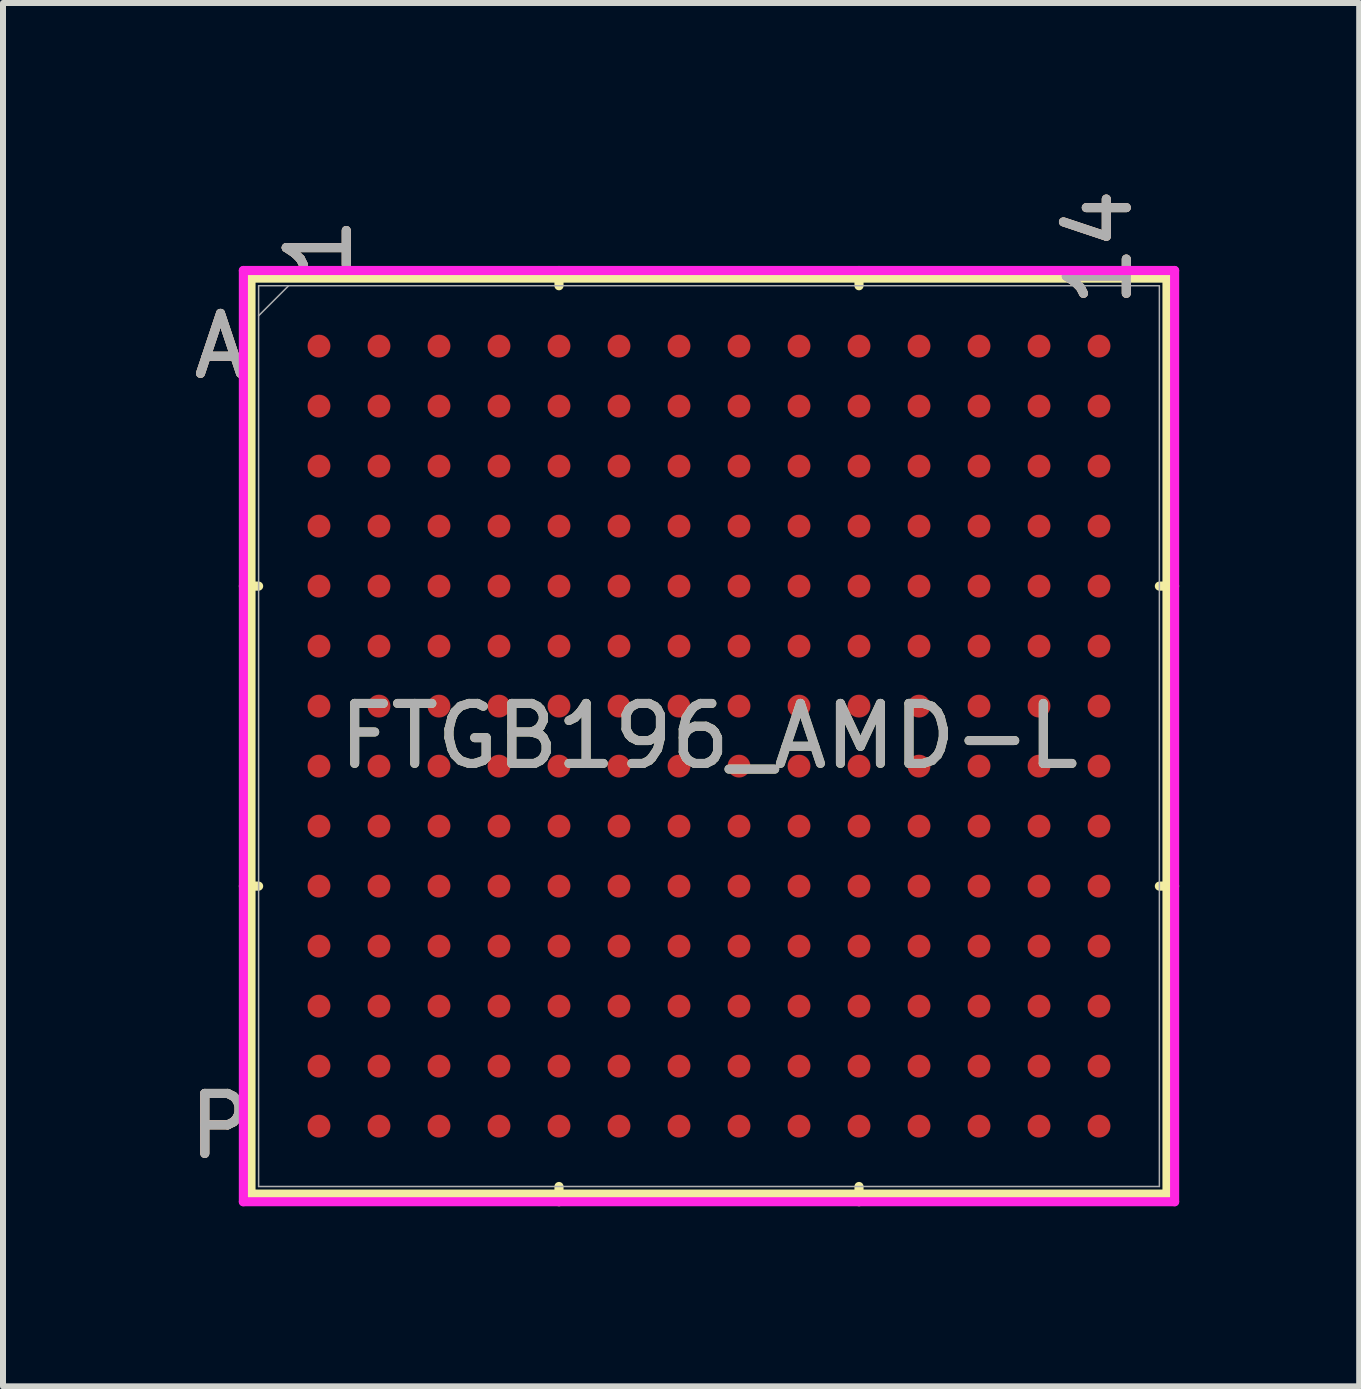
<source format=kicad_pcb>
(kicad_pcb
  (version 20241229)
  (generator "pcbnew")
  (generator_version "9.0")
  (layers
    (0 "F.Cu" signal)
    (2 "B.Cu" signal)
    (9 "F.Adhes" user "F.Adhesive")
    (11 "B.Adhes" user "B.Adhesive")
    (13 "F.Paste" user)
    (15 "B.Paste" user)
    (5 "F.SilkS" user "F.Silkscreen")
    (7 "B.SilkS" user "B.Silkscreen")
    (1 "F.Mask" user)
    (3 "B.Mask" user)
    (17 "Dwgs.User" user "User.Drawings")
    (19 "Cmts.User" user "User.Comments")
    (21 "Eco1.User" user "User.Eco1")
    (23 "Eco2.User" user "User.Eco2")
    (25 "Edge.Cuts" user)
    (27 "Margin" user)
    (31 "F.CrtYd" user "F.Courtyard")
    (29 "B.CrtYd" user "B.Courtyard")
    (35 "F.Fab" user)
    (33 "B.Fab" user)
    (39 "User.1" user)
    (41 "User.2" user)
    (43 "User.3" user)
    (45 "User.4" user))
  (footprint "FTGB196_AMD-L"
    (layer "F.Cu")
    (at 8.766 9.218)
    (property "Reference" "FTGB196_AMD-L" (at 0 0 0) (unlocked yes) (layer "F.SilkS") (effects (font (size 1 1) (thickness 0.15))))
    (attr smd)
    (fp_line (start -7.633 -7.633) (end -7.633 7.633) (stroke (width 0.152) (type solid)) (layer "F.SilkS"))
    (fp_line (start -7.633 7.633) (end 7.633 7.633) (stroke (width 0.152) (type solid)) (layer "F.SilkS"))
    (fp_line (start -7.506 -2.5) (end -7.76 -2.5) (stroke (width 0.152) (type solid)) (layer "F.SilkS"))
    (fp_line (start -7.506 2.5) (end -7.76 2.5) (stroke (width 0.152) (type solid)) (layer "F.SilkS"))
    (fp_line (start -2.5 -7.506) (end -2.5 -7.76) (stroke (width 0.152) (type solid)) (layer "F.SilkS"))
    (fp_line (start -2.5 7.506) (end -2.5 7.76) (stroke (width 0.152) (type solid)) (layer "F.SilkS"))
    (fp_line (start 2.5 -7.506) (end 2.5 -7.76) (stroke (width 0.152) (type solid)) (layer "F.SilkS"))
    (fp_line (start 2.5 7.506) (end 2.5 7.76) (stroke (width 0.152) (type solid)) (layer "F.SilkS"))
    (fp_line (start 7.506 -2.5) (end 7.76 -2.5) (stroke (width 0.152) (type solid)) (layer "F.SilkS"))
    (fp_line (start 7.506 2.5) (end 7.76 2.5) (stroke (width 0.152) (type solid)) (layer "F.SilkS"))
    (fp_line (start 7.633 -7.633) (end -7.633 -7.633) (stroke (width 0.152) (type solid)) (layer "F.SilkS"))
    (fp_line (start 7.633 7.633) (end 7.633 -7.633) (stroke (width 0.152) (type solid)) (layer "F.SilkS"))
    (fp_poly (pts (xy -7.508 -7.508) (xy 7.508 -7.508) (xy 7.508 7.508) (xy -7.508 7.508)) (stroke (width 0.1) (type solid)) (fill no) (layer "Eco2.User"))
    (fp_line (start -7.76 -7.76) (end 7.76 -7.76) (stroke (width 0.152) (type solid)) (layer "F.CrtYd"))
    (fp_line (start -7.76 7.76) (end -7.76 -7.76) (stroke (width 0.152) (type solid)) (layer "F.CrtYd"))
    (fp_line (start 7.76 -7.76) (end 7.76 7.76) (stroke (width 0.152) (type solid)) (layer "F.CrtYd"))
    (fp_line (start 7.76 7.76) (end -7.76 7.76) (stroke (width 0.152) (type solid)) (layer "F.CrtYd"))
    (fp_line (start -7.506 -7.506) (end -7.506 7.506) (stroke (width 0.025) (type solid)) (layer "F.Fab"))
    (fp_line (start -7.506 7.506) (end 7.506 7.506) (stroke (width 0.025) (type solid)) (layer "F.Fab"))
    (fp_line (start -7.006 -7.506) (end -7.506 -7.006) (stroke (width 0.025) (type solid)) (layer "F.Fab"))
    (fp_line (start 7.506 -7.506) (end -7.506 -7.506) (stroke (width 0.025) (type solid)) (layer "F.Fab"))
    (fp_line (start 7.506 7.506) (end 7.506 -7.506) (stroke (width 0.025) (type solid)) (layer "F.Fab"))
    (fp_text user "A" (at -8.141 -6.5 0) (unlocked yes) (layer "F.SilkS") (effects (font (size 1 1) (thickness 0.15))))
    (fp_text user "14" (at 6.5 -8.141 90) (unlocked yes) (layer "F.SilkS") (effects (font (size 1 1) (thickness 0.15))))
    (fp_text user "1" (at -6.5 -8.141 90) (unlocked yes) (layer "F.SilkS") (effects (font (size 1 1) (thickness 0.15))))
    (fp_text user "P" (at -8.141 6.5 0) (unlocked yes) (layer "F.SilkS") (effects (font (size 1 1) (thickness 0.15))))
    (fp_text user "14" (at 6.5 -8.141 90) (unlocked yes) (layer "B.SilkS") (effects (font (size 1 1) (thickness 0.15))))
    (fp_text user "A" (at -8.141 -6.5 0) (unlocked yes) (layer "B.SilkS") (effects (font (size 1 1) (thickness 0.15))))
    (fp_text user "1" (at -6.5 -8.141 90) (unlocked yes) (layer "B.SilkS") (effects (font (size 1 1) (thickness 0.15))))
    (fp_text user "P" (at -8.141 6.5 0) (unlocked yes) (layer "B.SilkS") (effects (font (size 1 1) (thickness 0.15))))
    (fp_text user "14" (at 6.5 -8.141 90) (unlocked yes) (layer "F.Fab") (effects (font (size 1 1) (thickness 0.15))))
    (fp_text user "1" (at -6.5 -8.141 90) (unlocked yes) (layer "F.Fab") (effects (font (size 1 1) (thickness 0.15))))
    (fp_text user "A" (at -8.141 -6.5 0) (unlocked yes) (layer "F.Fab") (effects (font (size 1 1) (thickness 0.15))))
    (fp_text user "${REFERENCE}" (at 0 0 0) (unlocked yes) (layer "F.Fab") (effects (font (size 1 1) (thickness 0.15))))
    (fp_text user "P" (at -8.141 6.5 0) (unlocked yes) (layer "F.Fab") (effects (font (size 1 1) (thickness 0.15))))
    (pad "A1" smd circle (at -6.5 -6.5) (size 0.381 0.381) (layers "F.Cu" "F.Mask" "F.Paste"))
    (pad "A2" smd circle (at -5.5 -6.5) (size 0.381 0.381) (layers "F.Cu" "F.Mask" "F.Paste"))
    (pad "A3" smd circle (at -4.5 -6.5) (size 0.381 0.381) (layers "F.Cu" "F.Mask" "F.Paste"))
    (pad "A4" smd circle (at -3.5 -6.5) (size 0.381 0.381) (layers "F.Cu" "F.Mask" "F.Paste"))
    (pad "A5" smd circle (at -2.5 -6.5) (size 0.381 0.381) (layers "F.Cu" "F.Mask" "F.Paste"))
    (pad "A6" smd circle (at -1.5 -6.5) (size 0.381 0.381) (layers "F.Cu" "F.Mask" "F.Paste"))
    (pad "A7" smd circle (at -0.5 -6.5) (size 0.381 0.381) (layers "F.Cu" "F.Mask" "F.Paste"))
    (pad "A8" smd circle (at 0.5 -6.5) (size 0.381 0.381) (layers "F.Cu" "F.Mask" "F.Paste"))
    (pad "A9" smd circle (at 1.5 -6.5) (size 0.381 0.381) (layers "F.Cu" "F.Mask" "F.Paste"))
    (pad "A10" smd circle (at 2.5 -6.5) (size 0.381 0.381) (layers "F.Cu" "F.Mask" "F.Paste"))
    (pad "A11" smd circle (at 3.5 -6.5) (size 0.381 0.381) (layers "F.Cu" "F.Mask" "F.Paste"))
    (pad "A12" smd circle (at 4.5 -6.5) (size 0.381 0.381) (layers "F.Cu" "F.Mask" "F.Paste"))
    (pad "A13" smd circle (at 5.5 -6.5) (size 0.381 0.381) (layers "F.Cu" "F.Mask" "F.Paste"))
    (pad "A14" smd circle (at 6.5 -6.5) (size 0.381 0.381) (layers "F.Cu" "F.Mask" "F.Paste"))
    (pad "B1" smd circle (at -6.5 -5.5) (size 0.381 0.381) (layers "F.Cu" "F.Mask" "F.Paste"))
    (pad "B2" smd circle (at -5.5 -5.5) (size 0.381 0.381) (layers "F.Cu" "F.Mask" "F.Paste"))
    (pad "B3" smd circle (at -4.5 -5.5) (size 0.381 0.381) (layers "F.Cu" "F.Mask" "F.Paste"))
    (pad "B4" smd circle (at -3.5 -5.5) (size 0.381 0.381) (layers "F.Cu" "F.Mask" "F.Paste"))
    (pad "B5" smd circle (at -2.5 -5.5) (size 0.381 0.381) (layers "F.Cu" "F.Mask" "F.Paste"))
    (pad "B6" smd circle (at -1.5 -5.5) (size 0.381 0.381) (layers "F.Cu" "F.Mask" "F.Paste"))
    (pad "B7" smd circle (at -0.5 -5.5) (size 0.381 0.381) (layers "F.Cu" "F.Mask" "F.Paste"))
    (pad "B8" smd circle (at 0.5 -5.5) (size 0.381 0.381) (layers "F.Cu" "F.Mask" "F.Paste"))
    (pad "B9" smd circle (at 1.5 -5.5) (size 0.381 0.381) (layers "F.Cu" "F.Mask" "F.Paste"))
    (pad "B10" smd circle (at 2.5 -5.5) (size 0.381 0.381) (layers "F.Cu" "F.Mask" "F.Paste"))
    (pad "B11" smd circle (at 3.5 -5.5) (size 0.381 0.381) (layers "F.Cu" "F.Mask" "F.Paste"))
    (pad "B12" smd circle (at 4.5 -5.5) (size 0.381 0.381) (layers "F.Cu" "F.Mask" "F.Paste"))
    (pad "B13" smd circle (at 5.5 -5.5) (size 0.381 0.381) (layers "F.Cu" "F.Mask" "F.Paste"))
    (pad "B14" smd circle (at 6.5 -5.5) (size 0.381 0.381) (layers "F.Cu" "F.Mask" "F.Paste"))
    (pad "C1" smd circle (at -6.5 -4.5) (size 0.381 0.381) (layers "F.Cu" "F.Mask" "F.Paste"))
    (pad "C2" smd circle (at -5.5 -4.5) (size 0.381 0.381) (layers "F.Cu" "F.Mask" "F.Paste"))
    (pad "C3" smd circle (at -4.5 -4.5) (size 0.381 0.381) (layers "F.Cu" "F.Mask" "F.Paste"))
    (pad "C4" smd circle (at -3.5 -4.5) (size 0.381 0.381) (layers "F.Cu" "F.Mask" "F.Paste"))
    (pad "C5" smd circle (at -2.5 -4.5) (size 0.381 0.381) (layers "F.Cu" "F.Mask" "F.Paste"))
    (pad "C6" smd circle (at -1.5 -4.5) (size 0.381 0.381) (layers "F.Cu" "F.Mask" "F.Paste"))
    (pad "C7" smd circle (at -0.5 -4.5) (size 0.381 0.381) (layers "F.Cu" "F.Mask" "F.Paste"))
    (pad "C8" smd circle (at 0.5 -4.5) (size 0.381 0.381) (layers "F.Cu" "F.Mask" "F.Paste"))
    (pad "C9" smd circle (at 1.5 -4.5) (size 0.381 0.381) (layers "F.Cu" "F.Mask" "F.Paste"))
    (pad "C10" smd circle (at 2.5 -4.5) (size 0.381 0.381) (layers "F.Cu" "F.Mask" "F.Paste"))
    (pad "C11" smd circle (at 3.5 -4.5) (size 0.381 0.381) (layers "F.Cu" "F.Mask" "F.Paste"))
    (pad "C12" smd circle (at 4.5 -4.5) (size 0.381 0.381) (layers "F.Cu" "F.Mask" "F.Paste"))
    (pad "C13" smd circle (at 5.5 -4.5) (size 0.381 0.381) (layers "F.Cu" "F.Mask" "F.Paste"))
    (pad "C14" smd circle (at 6.5 -4.5) (size 0.381 0.381) (layers "F.Cu" "F.Mask" "F.Paste"))
    (pad "D1" smd circle (at -6.5 -3.5) (size 0.381 0.381) (layers "F.Cu" "F.Mask" "F.Paste"))
    (pad "D2" smd circle (at -5.5 -3.5) (size 0.381 0.381) (layers "F.Cu" "F.Mask" "F.Paste"))
    (pad "D3" smd circle (at -4.5 -3.5) (size 0.381 0.381) (layers "F.Cu" "F.Mask" "F.Paste"))
    (pad "D4" smd circle (at -3.5 -3.5) (size 0.381 0.381) (layers "F.Cu" "F.Mask" "F.Paste"))
    (pad "D5" smd circle (at -2.5 -3.5) (size 0.381 0.381) (layers "F.Cu" "F.Mask" "F.Paste"))
    (pad "D6" smd circle (at -1.5 -3.5) (size 0.381 0.381) (layers "F.Cu" "F.Mask" "F.Paste"))
    (pad "D7" smd circle (at -0.5 -3.5) (size 0.381 0.381) (layers "F.Cu" "F.Mask" "F.Paste"))
    (pad "D8" smd circle (at 0.5 -3.5) (size 0.381 0.381) (layers "F.Cu" "F.Mask" "F.Paste"))
    (pad "D9" smd circle (at 1.5 -3.5) (size 0.381 0.381) (layers "F.Cu" "F.Mask" "F.Paste"))
    (pad "D10" smd circle (at 2.5 -3.5) (size 0.381 0.381) (layers "F.Cu" "F.Mask" "F.Paste"))
    (pad "D11" smd circle (at 3.5 -3.5) (size 0.381 0.381) (layers "F.Cu" "F.Mask" "F.Paste"))
    (pad "D12" smd circle (at 4.5 -3.5) (size 0.381 0.381) (layers "F.Cu" "F.Mask" "F.Paste"))
    (pad "D13" smd circle (at 5.5 -3.5) (size 0.381 0.381) (layers "F.Cu" "F.Mask" "F.Paste"))
    (pad "D14" smd circle (at 6.5 -3.5) (size 0.381 0.381) (layers "F.Cu" "F.Mask" "F.Paste"))
    (pad "E1" smd circle (at -6.5 -2.5) (size 0.381 0.381) (layers "F.Cu" "F.Mask" "F.Paste"))
    (pad "E2" smd circle (at -5.5 -2.5) (size 0.381 0.381) (layers "F.Cu" "F.Mask" "F.Paste"))
    (pad "E3" smd circle (at -4.5 -2.5) (size 0.381 0.381) (layers "F.Cu" "F.Mask" "F.Paste"))
    (pad "E4" smd circle (at -3.5 -2.5) (size 0.381 0.381) (layers "F.Cu" "F.Mask" "F.Paste"))
    (pad "E5" smd circle (at -2.5 -2.5) (size 0.381 0.381) (layers "F.Cu" "F.Mask" "F.Paste"))
    (pad "E6" smd circle (at -1.5 -2.5) (size 0.381 0.381) (layers "F.Cu" "F.Mask" "F.Paste"))
    (pad "E7" smd circle (at -0.5 -2.5) (size 0.381 0.381) (layers "F.Cu" "F.Mask" "F.Paste"))
    (pad "E8" smd circle (at 0.5 -2.5) (size 0.381 0.381) (layers "F.Cu" "F.Mask" "F.Paste"))
    (pad "E9" smd circle (at 1.5 -2.5) (size 0.381 0.381) (layers "F.Cu" "F.Mask" "F.Paste"))
    (pad "E10" smd circle (at 2.5 -2.5) (size 0.381 0.381) (layers "F.Cu" "F.Mask" "F.Paste"))
    (pad "E11" smd circle (at 3.5 -2.5) (size 0.381 0.381) (layers "F.Cu" "F.Mask" "F.Paste"))
    (pad "E12" smd circle (at 4.5 -2.5) (size 0.381 0.381) (layers "F.Cu" "F.Mask" "F.Paste"))
    (pad "E13" smd circle (at 5.5 -2.5) (size 0.381 0.381) (layers "F.Cu" "F.Mask" "F.Paste"))
    (pad "E14" smd circle (at 6.5 -2.5) (size 0.381 0.381) (layers "F.Cu" "F.Mask" "F.Paste"))
    (pad "F1" smd circle (at -6.5 -1.5) (size 0.381 0.381) (layers "F.Cu" "F.Mask" "F.Paste"))
    (pad "F2" smd circle (at -5.5 -1.5) (size 0.381 0.381) (layers "F.Cu" "F.Mask" "F.Paste"))
    (pad "F3" smd circle (at -4.5 -1.5) (size 0.381 0.381) (layers "F.Cu" "F.Mask" "F.Paste"))
    (pad "F4" smd circle (at -3.5 -1.5) (size 0.381 0.381) (layers "F.Cu" "F.Mask" "F.Paste"))
    (pad "F5" smd circle (at -2.5 -1.5) (size 0.381 0.381) (layers "F.Cu" "F.Mask" "F.Paste"))
    (pad "F6" smd circle (at -1.5 -1.5) (size 0.381 0.381) (layers "F.Cu" "F.Mask" "F.Paste"))
    (pad "F7" smd circle (at -0.5 -1.5) (size 0.381 0.381) (layers "F.Cu" "F.Mask" "F.Paste"))
    (pad "F8" smd circle (at 0.5 -1.5) (size 0.381 0.381) (layers "F.Cu" "F.Mask" "F.Paste"))
    (pad "F9" smd circle (at 1.5 -1.5) (size 0.381 0.381) (layers "F.Cu" "F.Mask" "F.Paste"))
    (pad "F10" smd circle (at 2.5 -1.5) (size 0.381 0.381) (layers "F.Cu" "F.Mask" "F.Paste"))
    (pad "F11" smd circle (at 3.5 -1.5) (size 0.381 0.381) (layers "F.Cu" "F.Mask" "F.Paste"))
    (pad "F12" smd circle (at 4.5 -1.5) (size 0.381 0.381) (layers "F.Cu" "F.Mask" "F.Paste"))
    (pad "F13" smd circle (at 5.5 -1.5) (size 0.381 0.381) (layers "F.Cu" "F.Mask" "F.Paste"))
    (pad "F14" smd circle (at 6.5 -1.5) (size 0.381 0.381) (layers "F.Cu" "F.Mask" "F.Paste"))
    (pad "G1" smd circle (at -6.5 -0.5) (size 0.381 0.381) (layers "F.Cu" "F.Mask" "F.Paste"))
    (pad "G2" smd circle (at -5.5 -0.5) (size 0.381 0.381) (layers "F.Cu" "F.Mask" "F.Paste"))
    (pad "G3" smd circle (at -4.5 -0.5) (size 0.381 0.381) (layers "F.Cu" "F.Mask" "F.Paste"))
    (pad "G4" smd circle (at -3.5 -0.5) (size 0.381 0.381) (layers "F.Cu" "F.Mask" "F.Paste"))
    (pad "G5" smd circle (at -2.5 -0.5) (size 0.381 0.381) (layers "F.Cu" "F.Mask" "F.Paste"))
    (pad "G6" smd circle (at -1.5 -0.5) (size 0.381 0.381) (layers "F.Cu" "F.Mask" "F.Paste"))
    (pad "G7" smd circle (at -0.5 -0.5) (size 0.381 0.381) (layers "F.Cu" "F.Mask" "F.Paste"))
    (pad "G8" smd circle (at 0.5 -0.5) (size 0.381 0.381) (layers "F.Cu" "F.Mask" "F.Paste"))
    (pad "G9" smd circle (at 1.5 -0.5) (size 0.381 0.381) (layers "F.Cu" "F.Mask" "F.Paste"))
    (pad "G10" smd circle (at 2.5 -0.5) (size 0.381 0.381) (layers "F.Cu" "F.Mask" "F.Paste"))
    (pad "G11" smd circle (at 3.5 -0.5) (size 0.381 0.381) (layers "F.Cu" "F.Mask" "F.Paste"))
    (pad "G12" smd circle (at 4.5 -0.5) (size 0.381 0.381) (layers "F.Cu" "F.Mask" "F.Paste"))
    (pad "G13" smd circle (at 5.5 -0.5) (size 0.381 0.381) (layers "F.Cu" "F.Mask" "F.Paste"))
    (pad "G14" smd circle (at 6.5 -0.5) (size 0.381 0.381) (layers "F.Cu" "F.Mask" "F.Paste"))
    (pad "H1" smd circle (at -6.5 0.5) (size 0.381 0.381) (layers "F.Cu" "F.Mask" "F.Paste"))
    (pad "H2" smd circle (at -5.5 0.5) (size 0.381 0.381) (layers "F.Cu" "F.Mask" "F.Paste"))
    (pad "H3" smd circle (at -4.5 0.5) (size 0.381 0.381) (layers "F.Cu" "F.Mask" "F.Paste"))
    (pad "H4" smd circle (at -3.5 0.5) (size 0.381 0.381) (layers "F.Cu" "F.Mask" "F.Paste"))
    (pad "H5" smd circle (at -2.5 0.5) (size 0.381 0.381) (layers "F.Cu" "F.Mask" "F.Paste"))
    (pad "H6" smd circle (at -1.5 0.5) (size 0.381 0.381) (layers "F.Cu" "F.Mask" "F.Paste"))
    (pad "H7" smd circle (at -0.5 0.5) (size 0.381 0.381) (layers "F.Cu" "F.Mask" "F.Paste"))
    (pad "H8" smd circle (at 0.5 0.5) (size 0.381 0.381) (layers "F.Cu" "F.Mask" "F.Paste"))
    (pad "H9" smd circle (at 1.5 0.5) (size 0.381 0.381) (layers "F.Cu" "F.Mask" "F.Paste"))
    (pad "H10" smd circle (at 2.5 0.5) (size 0.381 0.381) (layers "F.Cu" "F.Mask" "F.Paste"))
    (pad "H11" smd circle (at 3.5 0.5) (size 0.381 0.381) (layers "F.Cu" "F.Mask" "F.Paste"))
    (pad "H12" smd circle (at 4.5 0.5) (size 0.381 0.381) (layers "F.Cu" "F.Mask" "F.Paste"))
    (pad "H13" smd circle (at 5.5 0.5) (size 0.381 0.381) (layers "F.Cu" "F.Mask" "F.Paste"))
    (pad "H14" smd circle (at 6.5 0.5) (size 0.381 0.381) (layers "F.Cu" "F.Mask" "F.Paste"))
    (pad "J1" smd circle (at -6.5 1.5) (size 0.381 0.381) (layers "F.Cu" "F.Mask" "F.Paste"))
    (pad "J2" smd circle (at -5.5 1.5) (size 0.381 0.381) (layers "F.Cu" "F.Mask" "F.Paste"))
    (pad "J3" smd circle (at -4.5 1.5) (size 0.381 0.381) (layers "F.Cu" "F.Mask" "F.Paste"))
    (pad "J4" smd circle (at -3.5 1.5) (size 0.381 0.381) (layers "F.Cu" "F.Mask" "F.Paste"))
    (pad "J5" smd circle (at -2.5 1.5) (size 0.381 0.381) (layers "F.Cu" "F.Mask" "F.Paste"))
    (pad "J6" smd circle (at -1.5 1.5) (size 0.381 0.381) (layers "F.Cu" "F.Mask" "F.Paste"))
    (pad "J7" smd circle (at -0.5 1.5) (size 0.381 0.381) (layers "F.Cu" "F.Mask" "F.Paste"))
    (pad "J8" smd circle (at 0.5 1.5) (size 0.381 0.381) (layers "F.Cu" "F.Mask" "F.Paste"))
    (pad "J9" smd circle (at 1.5 1.5) (size 0.381 0.381) (layers "F.Cu" "F.Mask" "F.Paste"))
    (pad "J10" smd circle (at 2.5 1.5) (size 0.381 0.381) (layers "F.Cu" "F.Mask" "F.Paste"))
    (pad "J11" smd circle (at 3.5 1.5) (size 0.381 0.381) (layers "F.Cu" "F.Mask" "F.Paste"))
    (pad "J12" smd circle (at 4.5 1.5) (size 0.381 0.381) (layers "F.Cu" "F.Mask" "F.Paste"))
    (pad "J13" smd circle (at 5.5 1.5) (size 0.381 0.381) (layers "F.Cu" "F.Mask" "F.Paste"))
    (pad "J14" smd circle (at 6.5 1.5) (size 0.381 0.381) (layers "F.Cu" "F.Mask" "F.Paste"))
    (pad "K1" smd circle (at -6.5 2.5) (size 0.381 0.381) (layers "F.Cu" "F.Mask" "F.Paste"))
    (pad "K2" smd circle (at -5.5 2.5) (size 0.381 0.381) (layers "F.Cu" "F.Mask" "F.Paste"))
    (pad "K3" smd circle (at -4.5 2.5) (size 0.381 0.381) (layers "F.Cu" "F.Mask" "F.Paste"))
    (pad "K4" smd circle (at -3.5 2.5) (size 0.381 0.381) (layers "F.Cu" "F.Mask" "F.Paste"))
    (pad "K5" smd circle (at -2.5 2.5) (size 0.381 0.381) (layers "F.Cu" "F.Mask" "F.Paste"))
    (pad "K6" smd circle (at -1.5 2.5) (size 0.381 0.381) (layers "F.Cu" "F.Mask" "F.Paste"))
    (pad "K7" smd circle (at -0.5 2.5) (size 0.381 0.381) (layers "F.Cu" "F.Mask" "F.Paste"))
    (pad "K8" smd circle (at 0.5 2.5) (size 0.381 0.381) (layers "F.Cu" "F.Mask" "F.Paste"))
    (pad "K9" smd circle (at 1.5 2.5) (size 0.381 0.381) (layers "F.Cu" "F.Mask" "F.Paste"))
    (pad "K10" smd circle (at 2.5 2.5) (size 0.381 0.381) (layers "F.Cu" "F.Mask" "F.Paste"))
    (pad "K11" smd circle (at 3.5 2.5) (size 0.381 0.381) (layers "F.Cu" "F.Mask" "F.Paste"))
    (pad "K12" smd circle (at 4.5 2.5) (size 0.381 0.381) (layers "F.Cu" "F.Mask" "F.Paste"))
    (pad "K13" smd circle (at 5.5 2.5) (size 0.381 0.381) (layers "F.Cu" "F.Mask" "F.Paste"))
    (pad "K14" smd circle (at 6.5 2.5) (size 0.381 0.381) (layers "F.Cu" "F.Mask" "F.Paste"))
    (pad "L1" smd circle (at -6.5 3.5) (size 0.381 0.381) (layers "F.Cu" "F.Mask" "F.Paste"))
    (pad "L2" smd circle (at -5.5 3.5) (size 0.381 0.381) (layers "F.Cu" "F.Mask" "F.Paste"))
    (pad "L3" smd circle (at -4.5 3.5) (size 0.381 0.381) (layers "F.Cu" "F.Mask" "F.Paste"))
    (pad "L4" smd circle (at -3.5 3.5) (size 0.381 0.381) (layers "F.Cu" "F.Mask" "F.Paste"))
    (pad "L5" smd circle (at -2.5 3.5) (size 0.381 0.381) (layers "F.Cu" "F.Mask" "F.Paste"))
    (pad "L6" smd circle (at -1.5 3.5) (size 0.381 0.381) (layers "F.Cu" "F.Mask" "F.Paste"))
    (pad "L7" smd circle (at -0.5 3.5) (size 0.381 0.381) (layers "F.Cu" "F.Mask" "F.Paste"))
    (pad "L8" smd circle (at 0.5 3.5) (size 0.381 0.381) (layers "F.Cu" "F.Mask" "F.Paste"))
    (pad "L9" smd circle (at 1.5 3.5) (size 0.381 0.381) (layers "F.Cu" "F.Mask" "F.Paste"))
    (pad "L10" smd circle (at 2.5 3.5) (size 0.381 0.381) (layers "F.Cu" "F.Mask" "F.Paste"))
    (pad "L11" smd circle (at 3.5 3.5) (size 0.381 0.381) (layers "F.Cu" "F.Mask" "F.Paste"))
    (pad "L12" smd circle (at 4.5 3.5) (size 0.381 0.381) (layers "F.Cu" "F.Mask" "F.Paste"))
    (pad "L13" smd circle (at 5.5 3.5) (size 0.381 0.381) (layers "F.Cu" "F.Mask" "F.Paste"))
    (pad "L14" smd circle (at 6.5 3.5) (size 0.381 0.381) (layers "F.Cu" "F.Mask" "F.Paste"))
    (pad "M1" smd circle (at -6.5 4.5) (size 0.381 0.381) (layers "F.Cu" "F.Mask" "F.Paste"))
    (pad "M2" smd circle (at -5.5 4.5) (size 0.381 0.381) (layers "F.Cu" "F.Mask" "F.Paste"))
    (pad "M3" smd circle (at -4.5 4.5) (size 0.381 0.381) (layers "F.Cu" "F.Mask" "F.Paste"))
    (pad "M4" smd circle (at -3.5 4.5) (size 0.381 0.381) (layers "F.Cu" "F.Mask" "F.Paste"))
    (pad "M5" smd circle (at -2.5 4.5) (size 0.381 0.381) (layers "F.Cu" "F.Mask" "F.Paste"))
    (pad "M6" smd circle (at -1.5 4.5) (size 0.381 0.381) (layers "F.Cu" "F.Mask" "F.Paste"))
    (pad "M7" smd circle (at -0.5 4.5) (size 0.381 0.381) (layers "F.Cu" "F.Mask" "F.Paste"))
    (pad "M8" smd circle (at 0.5 4.5) (size 0.381 0.381) (layers "F.Cu" "F.Mask" "F.Paste"))
    (pad "M9" smd circle (at 1.5 4.5) (size 0.381 0.381) (layers "F.Cu" "F.Mask" "F.Paste"))
    (pad "M10" smd circle (at 2.5 4.5) (size 0.381 0.381) (layers "F.Cu" "F.Mask" "F.Paste"))
    (pad "M11" smd circle (at 3.5 4.5) (size 0.381 0.381) (layers "F.Cu" "F.Mask" "F.Paste"))
    (pad "M12" smd circle (at 4.5 4.5) (size 0.381 0.381) (layers "F.Cu" "F.Mask" "F.Paste"))
    (pad "M13" smd circle (at 5.5 4.5) (size 0.381 0.381) (layers "F.Cu" "F.Mask" "F.Paste"))
    (pad "M14" smd circle (at 6.5 4.5) (size 0.381 0.381) (layers "F.Cu" "F.Mask" "F.Paste"))
    (pad "N1" smd circle (at -6.5 5.5) (size 0.381 0.381) (layers "F.Cu" "F.Mask" "F.Paste"))
    (pad "N2" smd circle (at -5.5 5.5) (size 0.381 0.381) (layers "F.Cu" "F.Mask" "F.Paste"))
    (pad "N3" smd circle (at -4.5 5.5) (size 0.381 0.381) (layers "F.Cu" "F.Mask" "F.Paste"))
    (pad "N4" smd circle (at -3.5 5.5) (size 0.381 0.381) (layers "F.Cu" "F.Mask" "F.Paste"))
    (pad "N5" smd circle (at -2.5 5.5) (size 0.381 0.381) (layers "F.Cu" "F.Mask" "F.Paste"))
    (pad "N6" smd circle (at -1.5 5.5) (size 0.381 0.381) (layers "F.Cu" "F.Mask" "F.Paste"))
    (pad "N7" smd circle (at -0.5 5.5) (size 0.381 0.381) (layers "F.Cu" "F.Mask" "F.Paste"))
    (pad "N8" smd circle (at 0.5 5.5) (size 0.381 0.381) (layers "F.Cu" "F.Mask" "F.Paste"))
    (pad "N9" smd circle (at 1.5 5.5) (size 0.381 0.381) (layers "F.Cu" "F.Mask" "F.Paste"))
    (pad "N10" smd circle (at 2.5 5.5) (size 0.381 0.381) (layers "F.Cu" "F.Mask" "F.Paste"))
    (pad "N11" smd circle (at 3.5 5.5) (size 0.381 0.381) (layers "F.Cu" "F.Mask" "F.Paste"))
    (pad "N12" smd circle (at 4.5 5.5) (size 0.381 0.381) (layers "F.Cu" "F.Mask" "F.Paste"))
    (pad "N13" smd circle (at 5.5 5.5) (size 0.381 0.381) (layers "F.Cu" "F.Mask" "F.Paste"))
    (pad "N14" smd circle (at 6.5 5.5) (size 0.381 0.381) (layers "F.Cu" "F.Mask" "F.Paste"))
    (pad "P1" smd circle (at -6.5 6.5) (size 0.381 0.381) (layers "F.Cu" "F.Mask" "F.Paste"))
    (pad "P2" smd circle (at -5.5 6.5) (size 0.381 0.381) (layers "F.Cu" "F.Mask" "F.Paste"))
    (pad "P3" smd circle (at -4.5 6.5) (size 0.381 0.381) (layers "F.Cu" "F.Mask" "F.Paste"))
    (pad "P4" smd circle (at -3.5 6.5) (size 0.381 0.381) (layers "F.Cu" "F.Mask" "F.Paste"))
    (pad "P5" smd circle (at -2.5 6.5) (size 0.381 0.381) (layers "F.Cu" "F.Mask" "F.Paste"))
    (pad "P6" smd circle (at -1.5 6.5) (size 0.381 0.381) (layers "F.Cu" "F.Mask" "F.Paste"))
    (pad "P7" smd circle (at -0.5 6.5) (size 0.381 0.381) (layers "F.Cu" "F.Mask" "F.Paste"))
    (pad "P8" smd circle (at 0.5 6.5) (size 0.381 0.381) (layers "F.Cu" "F.Mask" "F.Paste"))
    (pad "P9" smd circle (at 1.5 6.5) (size 0.381 0.381) (layers "F.Cu" "F.Mask" "F.Paste"))
    (pad "P10" smd circle (at 2.5 6.5) (size 0.381 0.381) (layers "F.Cu" "F.Mask" "F.Paste"))
    (pad "P11" smd circle (at 3.5 6.5) (size 0.381 0.381) (layers "F.Cu" "F.Mask" "F.Paste"))
    (pad "P12" smd circle (at 4.5 6.5) (size 0.381 0.381) (layers "F.Cu" "F.Mask" "F.Paste"))
    (pad "P13" smd circle (at 5.5 6.5) (size 0.381 0.381) (layers "F.Cu" "F.Mask" "F.Paste"))
    (pad "P14" smd circle (at 6.5 6.5) (size 0.381 0.381) (layers "F.Cu" "F.Mask" "F.Paste")))
  (gr_rect
    (start -3 -3)
    (end 19.602 20.054)
    (stroke (width 0.1) (type default))
    (fill no)
    (layer "Edge.Cuts")))
</source>
